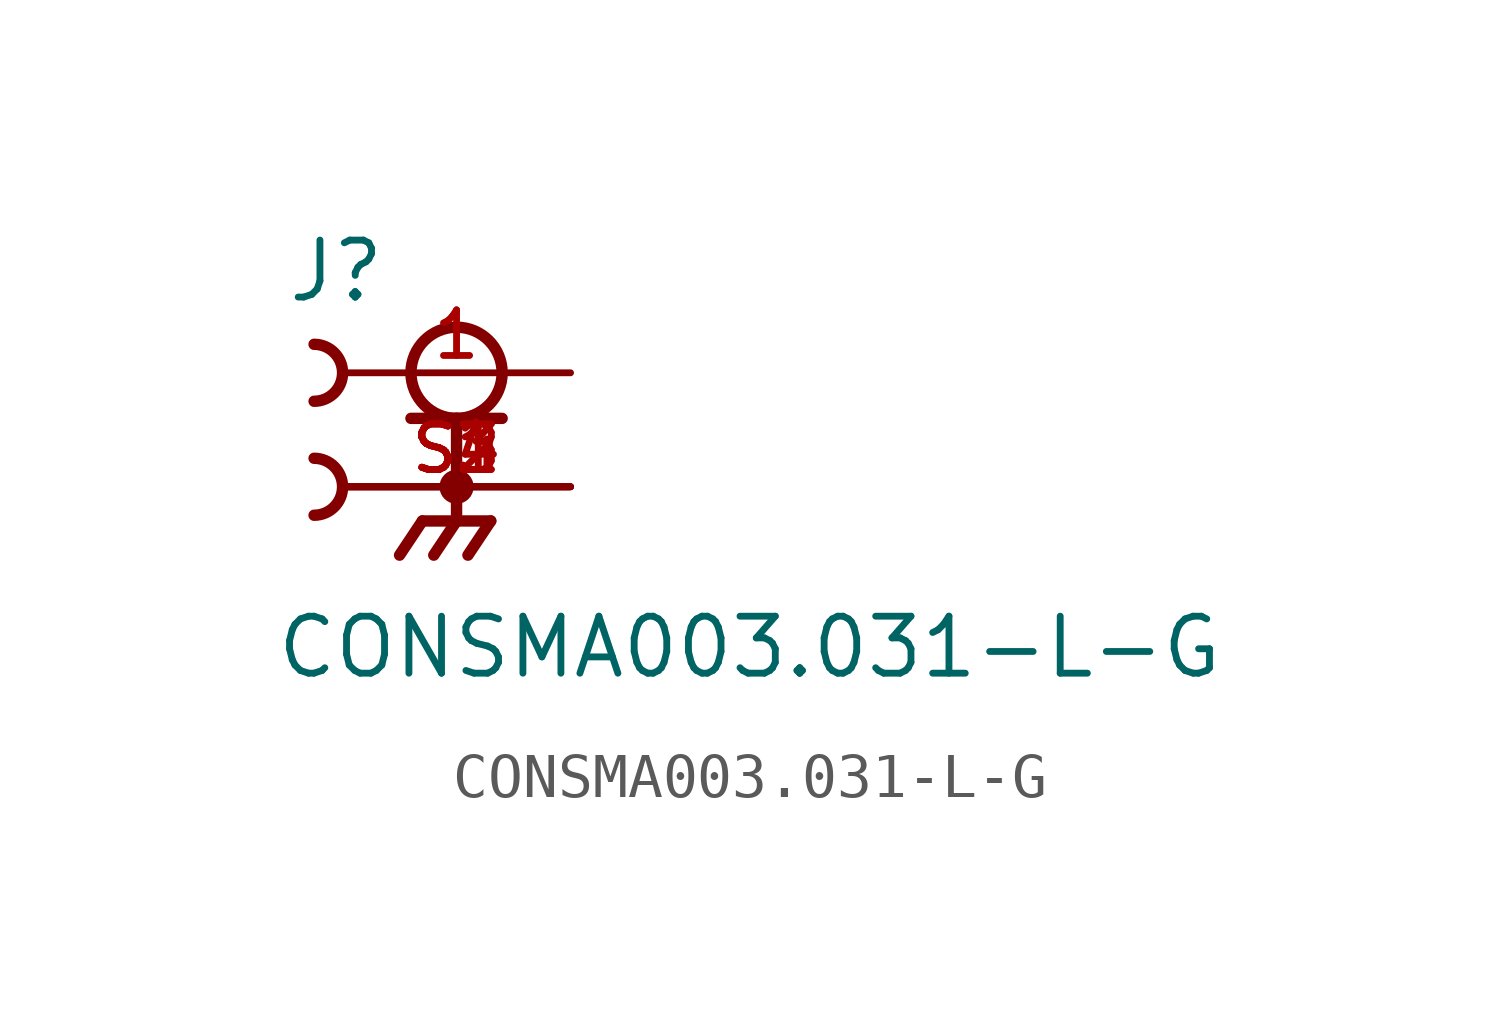
<source format=kicad_sym>
(kicad_symbol_lib
  (version 20211014)
  (generator kicad_symbol_editor)
  (symbol "CONSMA003.031-L-G"
    (pin_names
      (offset 1.016))
    (property "Reference" "J"
      (at -3.81 1.524 0)
      (effects (font (size 1.27 1.27)) (justify bottom left)))
    (property "Value" "CONSMA003.031-L-G"
      (at -4.064 -6.858 0)
      (effects (font (size 1.27 1.27)) (justify bottom left)))
    (symbol "CONSMA003.031-L-G_0_0"
      (circle (center 0.0 0.0) (radius 1.016) (stroke (width 0.254)) (fill (type none)))
      (polyline (pts (xy -1.016 -1.016) (xy 0.0 -1.016)) (stroke (width 0.254)))
      (polyline (pts (xy 0.0 -1.016) (xy 1.016 -1.016)) (stroke (width 0.254)))
      (polyline (pts (xy 0.0 -1.016) (xy 0.0 -3.302)) (stroke (width 0.254)))
      (circle (center 0.0 -2.54) (radius 0.254) (stroke (width 0.254)) (fill (type none)))
      (polyline (pts (xy 0.0 -3.302) (xy -0.762 -3.302)) (stroke (width 0.254)))
      (polyline (pts (xy 0.0 -3.302) (xy 0.762 -3.302)) (stroke (width 0.254)))
      (polyline (pts (xy -0.762 -3.302) (xy -1.27 -4.064)) (stroke (width 0.254)))
      (polyline (pts (xy 0.0 -3.302) (xy -0.508 -4.064)) (stroke (width 0.254)))
      (polyline (pts (xy 0.762 -3.302) (xy 0.254 -4.064)) (stroke (width 0.254)))
      (arc (start -3.175 0.635) (mid -2.54 -0.0) (end -3.175 -0.635) (stroke (width 0.254) (type default) (color 0 0 0 0)) (fill (type none)))
      (arc (start -3.175 -1.905) (mid -2.54 -2.54) (end -3.175 -3.175) (stroke (width 0.254) (type default) (color 0 0 0 0)) (fill (type none)))
      (pin passive line (at 2.54 0.0 180.0) (length 5.08) (name "~" (effects (font (size 1.016 1.016)))) (number "1" (effects (font (size 1.016 1.016)))))
      (pin passive line (at 2.54 -2.54 180.0) (length 5.08) (name "~" (effects (font (size 1.016 1.016)))) (number "S1" (effects (font (size 1.016 1.016)))))
      (pin passive line (at 2.54 -2.54 180.0) (length 5.08) (name "~" (effects (font (size 1.016 1.016)))) (number "S2" (effects (font (size 1.016 1.016)))))
      (pin passive line (at 2.54 -2.54 180.0) (length 5.08) (name "~" (effects (font (size 1.016 1.016)))) (number "S3" (effects (font (size 1.016 1.016)))))
      (pin passive line (at 2.54 -2.54 180.0) (length 5.08) (name "~" (effects (font (size 1.016 1.016)))) (number "S4" (effects (font (size 1.016 1.016))))))))
</source>
